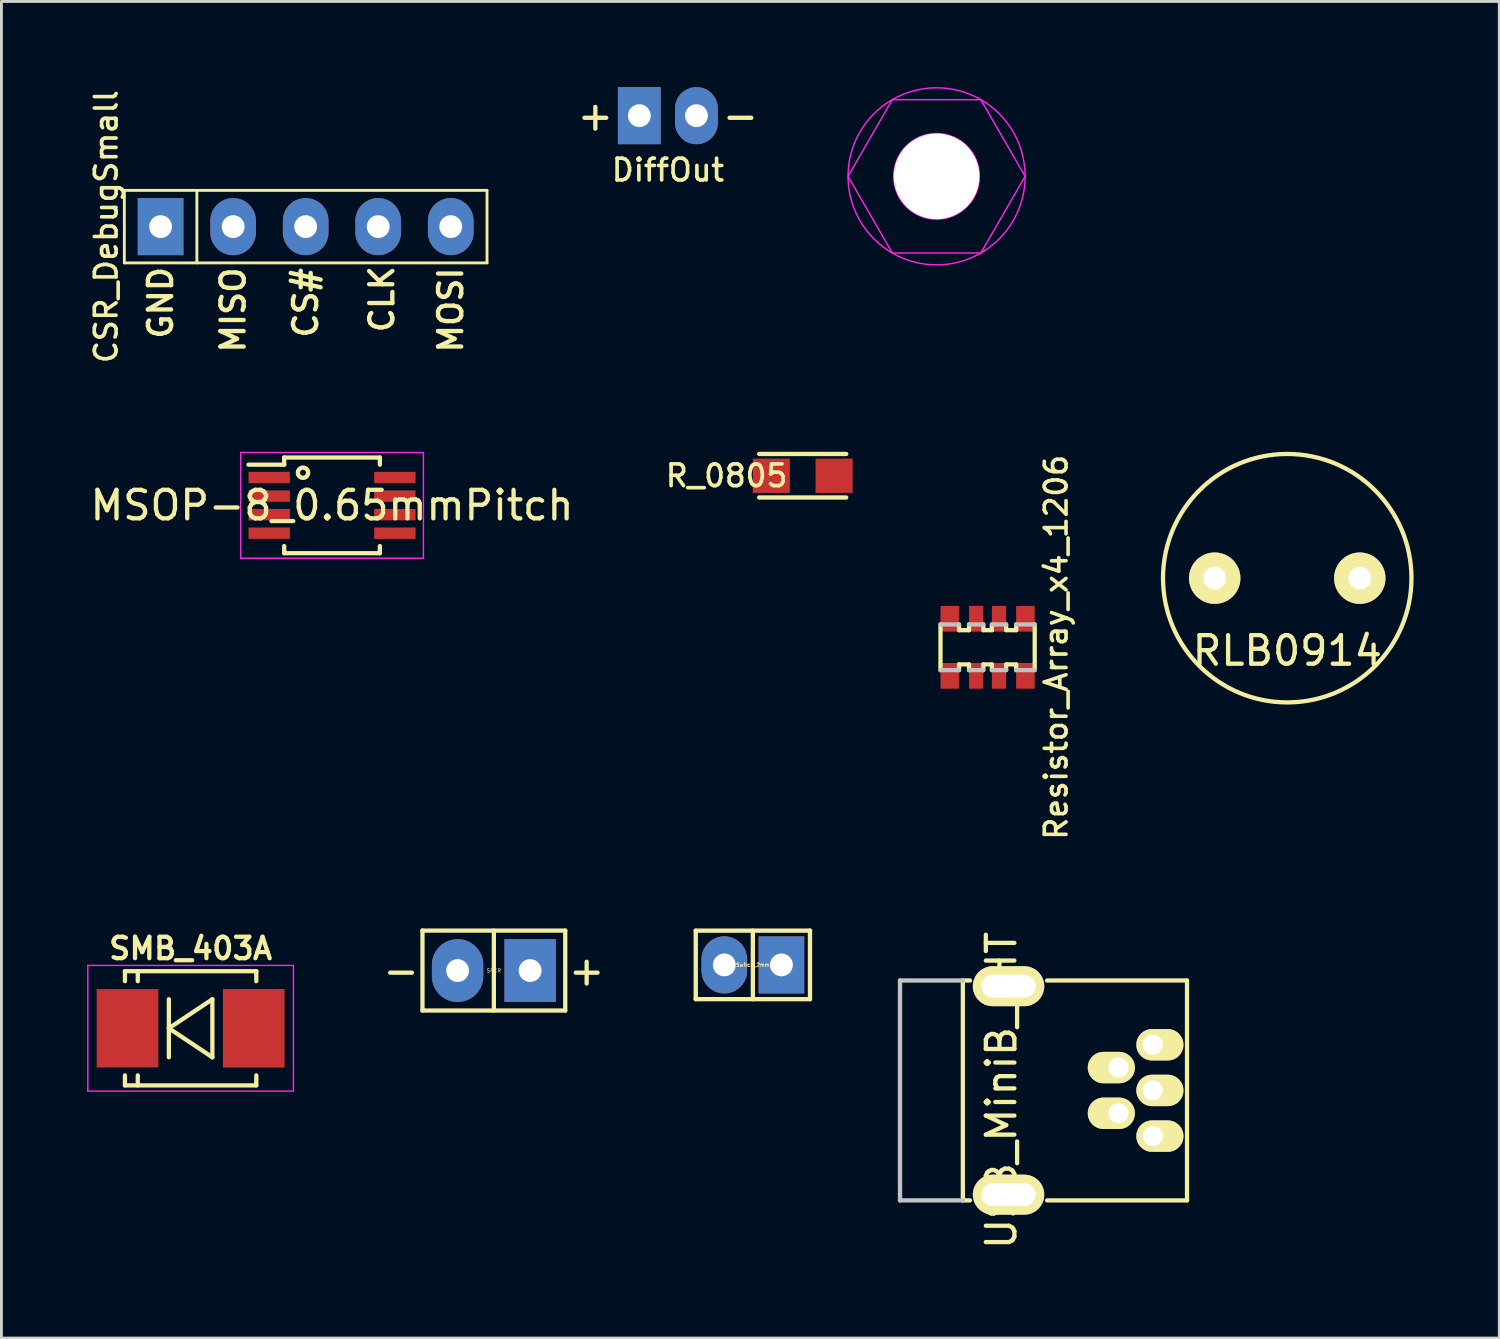
<source format=kicad_pcb>
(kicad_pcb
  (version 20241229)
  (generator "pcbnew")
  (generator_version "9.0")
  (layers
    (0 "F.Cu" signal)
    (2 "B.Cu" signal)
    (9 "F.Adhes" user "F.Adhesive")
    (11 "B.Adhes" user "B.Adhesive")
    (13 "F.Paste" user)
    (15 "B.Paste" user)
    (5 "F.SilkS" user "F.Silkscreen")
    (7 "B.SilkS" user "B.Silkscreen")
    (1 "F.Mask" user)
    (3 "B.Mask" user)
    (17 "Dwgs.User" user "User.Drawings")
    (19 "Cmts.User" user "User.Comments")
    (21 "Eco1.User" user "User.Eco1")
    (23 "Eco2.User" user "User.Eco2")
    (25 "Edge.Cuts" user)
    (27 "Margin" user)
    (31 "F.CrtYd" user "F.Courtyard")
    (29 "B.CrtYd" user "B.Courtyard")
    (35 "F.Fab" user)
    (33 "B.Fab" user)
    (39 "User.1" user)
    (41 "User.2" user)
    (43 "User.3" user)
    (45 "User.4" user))
  (footprint "SMB_403A"
    (layer "F.Cu")
    (at 3.625 32.958)
    (property "Reference" "SMB_403A" (at 0 -2.794 0) (layer "F.SilkS") (effects (font (size 0.75 0.75) (thickness 0.15))))
    (attr smd)
    (fp_line (start -2.301 -1.999) (end 2.301 -1.999) (stroke (width 0.15) (type solid)) (layer "F.SilkS"))
    (fp_line (start -2.3 -2) (end -2.3 -1.65) (stroke (width 0.15) (type solid)) (layer "F.SilkS"))
    (fp_line (start -2.3 2) (end -2.3 1.65) (stroke (width 0.15) (type solid)) (layer "F.SilkS"))
    (fp_line (start -2.3 2) (end 2.3 2) (stroke (width 0.15) (type solid)) (layer "F.SilkS"))
    (fp_line (start -1.85 -2) (end -1.85 -1.65) (stroke (width 0.15) (type solid)) (layer "F.SilkS"))
    (fp_line (start -1.85 2) (end -1.85 1.65) (stroke (width 0.15) (type solid)) (layer "F.SilkS"))
    (fp_line (start -0.762 -1.016) (end -0.762 1.016) (stroke (width 0.15) (type solid)) (layer "F.SilkS"))
    (fp_line (start -0.762 0) (end 0.762 -1.016) (stroke (width 0.15) (type solid)) (layer "F.SilkS"))
    (fp_line (start -0.762 0) (end 0.762 1.016) (stroke (width 0.15) (type solid)) (layer "F.SilkS"))
    (fp_line (start 0.762 -1.016) (end 0.762 1.016) (stroke (width 0.15) (type solid)) (layer "F.SilkS"))
    (fp_line (start 2.3 -2) (end 2.3 -1.65) (stroke (width 0.15) (type solid)) (layer "F.SilkS"))
    (fp_line (start 2.3 2) (end 2.3 1.65) (stroke (width 0.15) (type solid)) (layer "F.SilkS"))
    (fp_line (start -3.6 -2.2) (end -3.6 2.2) (stroke (width 0.05) (type solid)) (layer "F.CrtYd"))
    (fp_line (start -3.6 2.2) (end 3.6 2.2) (stroke (width 0.05) (type solid)) (layer "F.CrtYd"))
    (fp_line (start 3.6 -2.2) (end -3.6 -2.2) (stroke (width 0.05) (type solid)) (layer "F.CrtYd"))
    (fp_line (start 3.6 2.2) (end 3.6 -2.2) (stroke (width 0.05) (type solid)) (layer "F.CrtYd"))
    (pad "1" smd rect (at -2.21 0) (size 2.159 2.743) (layers "F.Cu" "F.Mask" "F.Paste"))
    (pad "2" smd rect (at 2.21 0) (size 2.159 2.749) (layers "F.Cu" "F.Mask" "F.Paste")))
  (footprint "SPKR"
    (layer "F.Cu")
    (at 14.244 30.937)
    (property "Reference" "SPKR" (at 0 0 0) (layer "F.SilkS") (effects (font (size 0.127 0.127) (thickness 0.015))))
    (attr through_hole)
    (fp_line (start -2.5 -1.4) (end -2.5 1.4) (stroke (width 0.15) (type solid)) (layer "F.SilkS"))
    (fp_line (start -2.5 -1.4) (end 2.5 -1.4) (stroke (width 0.15) (type solid)) (layer "F.SilkS"))
    (fp_line (start -2.5 1.4) (end 2.5 1.4) (stroke (width 0.15) (type solid)) (layer "F.SilkS"))
    (fp_line (start 0 -1.4) (end 0 1.4) (stroke (width 0.15) (type solid)) (layer "F.SilkS"))
    (fp_line (start 2.5 1.4) (end 2.5 -1.4) (stroke (width 0.15) (type solid)) (layer "F.SilkS"))
    (fp_text user "-" (at -3.25 0 0) (layer "F.SilkS") (effects (font (size 1 1) (thickness 0.15))))
    (fp_text user "+" (at 3.25 0 0) (layer "F.SilkS") (effects (font (size 1 1) (thickness 0.15))))
    (pad "1" thru_hole rect (at 1.27 0) (size 1.8 2.2) (drill 0.8) (layers "*.Cu" "*.Mask"))
    (pad "2" thru_hole oval (at -1.27 0) (size 1.8 2.2) (drill 0.8) (layers "*.Cu" "*.Mask")))
  (footprint "RLB0914"
    (layer "F.Cu")
    (at 42.027 17.197)
    (property "Reference" "RLB0914" (at 0 2.54 0) (layer "F.SilkS") (effects (font (size 1 1) (thickness 0.15))))
    (attr through_hole)
    (fp_circle (center 0 0) (end 0 4.35) (stroke (width 0.15) (type solid)) (fill no) (layer "F.SilkS"))
    (pad "1" thru_hole circle (at 2.54 0) (size 1.8 1.8) (drill 0.8) (layers "*.Cu" "*.Mask" "F.SilkS"))
    (pad "2" thru_hole circle (at -2.54 0) (size 1.8 1.8) (drill 0.8) (layers "*.Cu" "*.Mask" "F.SilkS")))
  (footprint "Switch_2mm"
    (layer "F.Cu")
    (at 23.314 30.739)
    (property "Reference" "Switch_2mm" (at 0 0 0) (layer "F.SilkS") (effects (font (size 0.127 0.127) (thickness 0.025))))
    (attr through_hole)
    (fp_line (start -2 -1.2) (end 2 -1.2) (stroke (width 0.152) (type solid)) (layer "F.SilkS"))
    (fp_line (start -2 1.2) (end -2 -1.2) (stroke (width 0.152) (type solid)) (layer "F.SilkS"))
    (fp_line (start 0 1.2) (end 0 -1.2) (stroke (width 0.152) (type solid)) (layer "F.SilkS"))
    (fp_line (start 2 -1.2) (end 2 1.2) (stroke (width 0.152) (type solid)) (layer "F.SilkS"))
    (fp_line (start 2 1.2) (end -2 1.2) (stroke (width 0.152) (type solid)) (layer "F.SilkS"))
    (pad "1" thru_hole rect (at 1 0) (size 1.6 2) (drill 0.8) (layers "*.Cu" "*.Mask"))
    (pad "2" thru_hole oval (at -1 0) (size 1.6 2) (drill 0.8) (layers "*.Cu" "*.Mask")))
  (footprint "DiffOut"
    (layer "F.Cu")
    (at 20.338 1)
    (property "Reference" "DiffOut" (at 0 1.905 0) (layer "F.SilkS") (effects (font (size 0.762 0.762) (thickness 0.127))))
    (attr through_hole)
    (fp_text user "+" (at -2.54 0 0) (layer "F.SilkS") (effects (font (size 1 1) (thickness 0.15))))
    (fp_text user "-" (at 2.54 0 0) (layer "F.SilkS") (effects (font (size 1 1) (thickness 0.15))))
    (pad "1" thru_hole rect (at -1 0) (size 1.5 2) (drill 0.8) (layers "*.Cu" "*.Mask"))
    (pad "2" thru_hole oval (at 1 0) (size 1.5 2) (drill 0.8) (layers "*.Cu" "*.Mask")))
  (footprint "MountingHole"
    (layer "F.Cu")
    (at 29.747 3.125)
    (property "Reference" "MountingHole" (at 0 0.95 0) (layer "F.SilkS") (effects (font (size 0.127 0.127) (thickness 0.01))))
    (attr through_hole)
    (fp_line (start -3.1 0) (end -1.55 2.684) (stroke (width 0.05) (type solid)) (layer "F.CrtYd"))
    (fp_line (start -1.55 -2.684) (end -3.1 0) (stroke (width 0.05) (type solid)) (layer "F.CrtYd"))
    (fp_line (start -1.55 2.684) (end 1.55 2.684) (stroke (width 0.05) (type solid)) (layer "F.CrtYd"))
    (fp_line (start 1.55 -2.684) (end -1.55 -2.684) (stroke (width 0.05) (type solid)) (layer "F.CrtYd"))
    (fp_line (start 1.55 2.684) (end 3.1 0) (stroke (width 0.05) (type solid)) (layer "F.CrtYd"))
    (fp_line (start 3.1 0) (end 1.55 -2.684) (stroke (width 0.05) (type solid)) (layer "F.CrtYd"))
    (fp_circle (center 0 0) (end 1.5 0) (stroke (width 0.05) (type solid)) (fill no) (layer "F.CrtYd"))
    (fp_circle (center 0 0) (end 3.1 0) (stroke (width 0.05) (type solid)) (fill no) (layer "F.CrtYd"))
    (pad "1" thru_hole circle (at 0 0) (size 3 3) (drill 3) (layers "*.Cu" "*.Mask" "F.SilkS")))
  (footprint "USB_MiniB_THT"
    (layer "F.Cu")
    (at 37.317 35.135)
    (property "Reference" "USB_MiniB_THT" (at -5.3 0 90) (layer "F.SilkS") (effects (font (size 1 1) (thickness 0.15))))
    (attr through_hole)
    (fp_line (start -6.65 -3.85) (end -6.65 3.85) (stroke (width 0.15) (type solid)) (layer "F.SilkS"))
    (fp_line (start -6.65 -3.85) (end -6.4 -3.85) (stroke (width 0.15) (type solid)) (layer "F.SilkS"))
    (fp_line (start -6.65 3.85) (end -6.4 3.85) (stroke (width 0.15) (type solid)) (layer "F.SilkS"))
    (fp_line (start -3.7 -3.85) (end 1.2 -3.85) (stroke (width 0.15) (type solid)) (layer "F.SilkS"))
    (fp_line (start 1.2 -3.85) (end 1.2 3.85) (stroke (width 0.15) (type solid)) (layer "F.SilkS"))
    (fp_line (start 1.2 3.85) (end -3.7 3.85) (stroke (width 0.15) (type solid)) (layer "F.SilkS"))
    (fp_line (start -8.85 -3.85) (end -8.85 3.85) (stroke (width 0.152) (type solid)) (layer "Dwgs.User"))
    (fp_line (start -8.85 -3.85) (end -6.65 -3.85) (stroke (width 0.152) (type solid)) (layer "Dwgs.User"))
    (fp_line (start -8.85 3.85) (end -6.65 3.85) (stroke (width 0.152) (type solid)) (layer "Dwgs.User"))
    (pad "1" thru_hole oval (at 0 -1.6 90) (size 1.1 1.65) (drill 0.7 (offset 0 0.25)) (layers "*.Cu" "*.Mask" "F.SilkS"))
    (pad "2" thru_hole oval (at -1.2 -0.8 270) (size 1.1 1.65) (drill 0.7 (offset 0 0.25)) (layers "*.Cu" "*.Mask" "F.SilkS"))
    (pad "3" thru_hole oval (at 0 0 90) (size 1.1 1.65) (drill 0.7 (offset 0 0.25)) (layers "*.Cu" "*.Mask" "F.SilkS"))
    (pad "4" thru_hole oval (at -1.2 0.8 270) (size 1.1 1.65) (drill 0.7 (offset 0 0.25)) (layers "*.Cu" "*.Mask" "F.SilkS"))
    (pad "5" thru_hole oval (at 0 1.6 90) (size 1.1 1.65) (drill 0.7 (offset 0 0.25)) (layers "*.Cu" "*.Mask" "F.SilkS"))
    (pad "6" thru_hole oval (at -5.05 3.65) (size 2.5 1.4) (drill oval 1.9 0.8) (layers "*.Cu" "*.Mask" "F.SilkS"))
    (pad "7" thru_hole oval (at -5.05 -3.65) (size 2.5 1.4) (drill oval 1.9 0.8) (layers "*.Cu" "*.Mask" "F.SilkS")))
  (footprint "MSOP-8_0.65mmPitch"
    (layer "F.Cu")
    (at 8.577 14.647)
    (property "Reference" "MSOP-8_0.65mmPitch" (at 0 0 0) (layer "F.SilkS") (effects (font (size 1 1) (thickness 0.15))))
    (attr smd)
    (fp_line (start -1.675 -1.675) (end -1.675 -1.425) (stroke (width 0.15) (type solid)) (layer "F.SilkS"))
    (fp_line (start -1.675 -1.675) (end 1.675 -1.675) (stroke (width 0.15) (type solid)) (layer "F.SilkS"))
    (fp_line (start -1.675 -1.425) (end -2.925 -1.425) (stroke (width 0.15) (type solid)) (layer "F.SilkS"))
    (fp_line (start -1.675 1.675) (end -1.675 1.425) (stroke (width 0.15) (type solid)) (layer "F.SilkS"))
    (fp_line (start -1.675 1.675) (end 1.675 1.675) (stroke (width 0.15) (type solid)) (layer "F.SilkS"))
    (fp_line (start 1.675 -1.675) (end 1.675 -1.425) (stroke (width 0.15) (type solid)) (layer "F.SilkS"))
    (fp_line (start 1.675 1.675) (end 1.675 1.425) (stroke (width 0.15) (type solid)) (layer "F.SilkS"))
    (fp_circle (center -1.016 -1.143) (end -0.889 -1.016) (stroke (width 0.152) (type solid)) (fill no) (layer "F.SilkS"))
    (fp_line (start -3.2 -1.85) (end -3.2 1.85) (stroke (width 0.05) (type solid)) (layer "F.CrtYd"))
    (fp_line (start -3.2 -1.85) (end 3.2 -1.85) (stroke (width 0.05) (type solid)) (layer "F.CrtYd"))
    (fp_line (start -3.2 1.85) (end 3.2 1.85) (stroke (width 0.05) (type solid)) (layer "F.CrtYd"))
    (fp_line (start 3.2 -1.85) (end 3.2 1.85) (stroke (width 0.05) (type solid)) (layer "F.CrtYd"))
    (pad "1" smd rect (at -2.2 -0.975) (size 1.45 0.4) (layers "F.Cu" "F.Mask" "F.Paste"))
    (pad "2" smd rect (at -2.2 -0.325) (size 1.45 0.4) (layers "F.Cu" "F.Mask" "F.Paste"))
    (pad "3" smd rect (at -2.2 0.325) (size 1.45 0.4) (layers "F.Cu" "F.Mask" "F.Paste"))
    (pad "4" smd rect (at -2.2 0.975) (size 1.45 0.4) (layers "F.Cu" "F.Mask" "F.Paste"))
    (pad "5" smd rect (at 2.2 0.975) (size 1.45 0.4) (layers "F.Cu" "F.Mask" "F.Paste"))
    (pad "6" smd rect (at 2.2 0.325) (size 1.45 0.4) (layers "F.Cu" "F.Mask" "F.Paste"))
    (pad "7" smd rect (at 2.2 -0.325) (size 1.45 0.4) (layers "F.Cu" "F.Mask" "F.Paste"))
    (pad "8" smd rect (at 2.2 -0.975) (size 1.45 0.4) (layers "F.Cu" "F.Mask" "F.Paste")))
  (footprint "R_0805"
    (layer "F.Cu")
    (at 25.059 13.61)
    (property "Reference" "R_0805" (at -2.667 0 0) (layer "F.SilkS") (effects (font (size 0.762 0.762) (thickness 0.127))))
    (attr smd)
    (fp_line (start -1.524 -0.762) (end 1.524 -0.762) (stroke (width 0.152) (type solid)) (layer "F.SilkS"))
    (fp_line (start 1.524 0.762) (end -1.524 0.762) (stroke (width 0.152) (type solid)) (layer "F.SilkS"))
    (pad "1" smd rect (at -1.1 0) (size 1.3 1.2) (layers "F.Cu" "F.Mask" "F.Paste"))
    (pad "2" smd rect (at 1.1 0) (size 1.3 1.2) (layers "F.Cu" "F.Mask" "F.Paste")))
  (footprint "Resistor_Array_x4_1206"
    (layer "F.Cu")
    (at 31.534 19.617)
    (property "Reference" "Resistor_Array_x4_1206" (at 2.4 0 90) (layer "F.SilkS") (effects (font (size 0.762 0.762) (thickness 0.127))))
    (attr through_hole)
    (fp_line (start -1.65 0.8) (end -1.65 -0.8) (stroke (width 0.15) (type solid)) (layer "F.SilkS"))
    (fp_line (start -1 -0.8) (end -1 -0.6) (stroke (width 0.15) (type solid)) (layer "F.SilkS"))
    (fp_line (start -1 -0.6) (end -0.65 -0.6) (stroke (width 0.15) (type solid)) (layer "F.SilkS"))
    (fp_line (start -1 0.6) (end -0.65 0.6) (stroke (width 0.15) (type solid)) (layer "F.SilkS"))
    (fp_line (start -1 0.8) (end -1 0.6) (stroke (width 0.15) (type solid)) (layer "F.SilkS"))
    (fp_line (start -0.65 -0.6) (end -0.65 -0.8) (stroke (width 0.15) (type solid)) (layer "F.SilkS"))
    (fp_line (start -0.65 0.6) (end -0.65 0.8) (stroke (width 0.15) (type solid)) (layer "F.SilkS"))
    (fp_line (start -0.15 -0.8) (end -0.15 -0.6) (stroke (width 0.15) (type solid)) (layer "F.SilkS"))
    (fp_line (start -0.15 -0.6) (end 0.15 -0.6) (stroke (width 0.15) (type solid)) (layer "F.SilkS"))
    (fp_line (start -0.15 0.6) (end 0.15 0.6) (stroke (width 0.15) (type solid)) (layer "F.SilkS"))
    (fp_line (start -0.15 0.8) (end -0.15 0.6) (stroke (width 0.15) (type solid)) (layer "F.SilkS"))
    (fp_line (start 0.15 -0.6) (end 0.15 -0.8) (stroke (width 0.15) (type solid)) (layer "F.SilkS"))
    (fp_line (start 0.15 0.6) (end 0.15 0.8) (stroke (width 0.15) (type solid)) (layer "F.SilkS"))
    (fp_line (start 0.65 -0.8) (end 0.65 -0.6) (stroke (width 0.15) (type solid)) (layer "F.SilkS"))
    (fp_line (start 0.65 -0.6) (end 1 -0.6) (stroke (width 0.15) (type solid)) (layer "F.SilkS"))
    (fp_line (start 0.65 0.6) (end 1 0.6) (stroke (width 0.15) (type solid)) (layer "F.SilkS"))
    (fp_line (start 0.65 0.8) (end 0.65 0.6) (stroke (width 0.15) (type solid)) (layer "F.SilkS"))
    (fp_line (start 1 -0.6) (end 1 -0.8) (stroke (width 0.15) (type solid)) (layer "F.SilkS"))
    (fp_line (start 1 0.6) (end 1 0.8) (stroke (width 0.15) (type solid)) (layer "F.SilkS"))
    (fp_line (start 1.65 -0.8) (end 1.65 0.8) (stroke (width 0.15) (type solid)) (layer "F.SilkS"))
    (fp_line (start -1.65 -0.8) (end -1 -0.8) (stroke (width 0.15) (type solid)) (layer "Dwgs.User"))
    (fp_line (start -1.65 0.8) (end -1 0.8) (stroke (width 0.15) (type solid)) (layer "Dwgs.User"))
    (fp_line (start -0.65 -0.8) (end -0.15 -0.8) (stroke (width 0.15) (type solid)) (layer "Dwgs.User"))
    (fp_line (start -0.65 0.8) (end -0.15 0.8) (stroke (width 0.15) (type solid)) (layer "Dwgs.User"))
    (fp_line (start 0.15 -0.8) (end 0.65 -0.8) (stroke (width 0.15) (type solid)) (layer "Dwgs.User"))
    (fp_line (start 0.15 0.8) (end 0.65 0.8) (stroke (width 0.15) (type solid)) (layer "Dwgs.User"))
    (fp_line (start 1 -0.8) (end 1.65 -0.8) (stroke (width 0.15) (type solid)) (layer "Dwgs.User"))
    (fp_line (start 1 0.8) (end 1.65 0.8) (stroke (width 0.15) (type solid)) (layer "Dwgs.User"))
    (pad "1" smd rect (at -1.325 1) (size 0.65 0.9) (layers "F.Cu" "F.Mask" "F.Paste"))
    (pad "2" smd rect (at -0.4 1) (size 0.5 0.9) (layers "F.Cu" "F.Mask" "F.Paste"))
    (pad "3" smd rect (at 0.4 1) (size 0.5 0.9) (layers "F.Cu" "F.Mask" "F.Paste"))
    (pad "4" smd rect (at 1.325 1) (size 0.65 0.9) (layers "F.Cu" "F.Mask" "F.Paste"))
    (pad "5" smd rect (at 1.325 -1) (size 0.65 0.9) (layers "F.Cu" "F.Mask" "F.Paste"))
    (pad "6" smd rect (at 0.4 -1) (size 0.5 0.9) (layers "F.Cu" "F.Mask" "F.Paste"))
    (pad "7" smd rect (at -0.4 -1) (size 0.5 0.9) (layers "F.Cu" "F.Mask" "F.Paste"))
    (pad "8" smd rect (at -1.325 -1) (size 0.65 0.9) (layers "F.Cu" "F.Mask" "F.Paste")))
  (footprint "CSR_DebugSmall"
    (layer "F.Cu")
    (at 7.654 4.886)
    (property "Reference" "CSR_DebugSmall" (at -6.985 0 90) (layer "F.SilkS") (effects (font (size 0.762 0.762) (thickness 0.127))))
    (attr through_hole)
    (fp_line (start -6.35 -1.27) (end -6.35 1.27) (stroke (width 0.1) (type solid)) (layer "F.SilkS"))
    (fp_line (start -6.35 1.27) (end 6.35 1.27) (stroke (width 0.1) (type solid)) (layer "F.SilkS"))
    (fp_line (start -3.81 -1.27) (end -3.81 1.27) (stroke (width 0.1) (type solid)) (layer "F.SilkS"))
    (fp_line (start 6.35 -1.27) (end -6.35 -1.27) (stroke (width 0.1) (type solid)) (layer "F.SilkS"))
    (fp_line (start 6.35 1.27) (end 6.35 -1.27) (stroke (width 0.1) (type solid)) (layer "F.SilkS"))
    (fp_text user "GND" (at -5.08 2.667 90) (layer "F.SilkS") (effects (font (size 0.813 0.813) (thickness 0.152))))
    (fp_text user "MISO" (at -2.54 2.921 90) (layer "F.SilkS") (effects (font (size 0.813 0.813) (thickness 0.152))))
    (fp_text user "CS#" (at 0 2.667 90) (layer "F.SilkS") (effects (font (size 0.813 0.813) (thickness 0.152))))
    (fp_text user "MOSI" (at 5.08 2.921 90) (layer "F.SilkS") (effects (font (size 0.813 0.813) (thickness 0.152))))
    (fp_text user "CLK" (at 2.667 2.54 90) (layer "F.SilkS") (effects (font (size 0.813 0.813) (thickness 0.152))))
    (pad "1" thru_hole oval (at 5.08 0) (size 1.6 2) (drill 0.8) (layers "*.Cu" "*.Mask"))
    (pad "2" thru_hole oval (at 2.54 0) (size 1.6 2) (drill 0.8) (layers "*.Cu" "*.Mask"))
    (pad "3" thru_hole oval (at 0 0) (size 1.6 2) (drill 0.8) (layers "*.Cu" "*.Mask"))
    (pad "4" thru_hole oval (at -2.54 0) (size 1.6 2) (drill 0.8) (layers "*.Cu" "*.Mask"))
    (pad "5" thru_hole rect (at -5.08 0) (size 1.6 2) (drill 0.8) (layers "*.Cu" "*.Mask")))
  (gr_rect
    (start -3 -3)
    (end 49.452 43.808)
    (stroke (width 0.1) (type default))
    (fill no)
    (layer "Edge.Cuts")))
</source>
